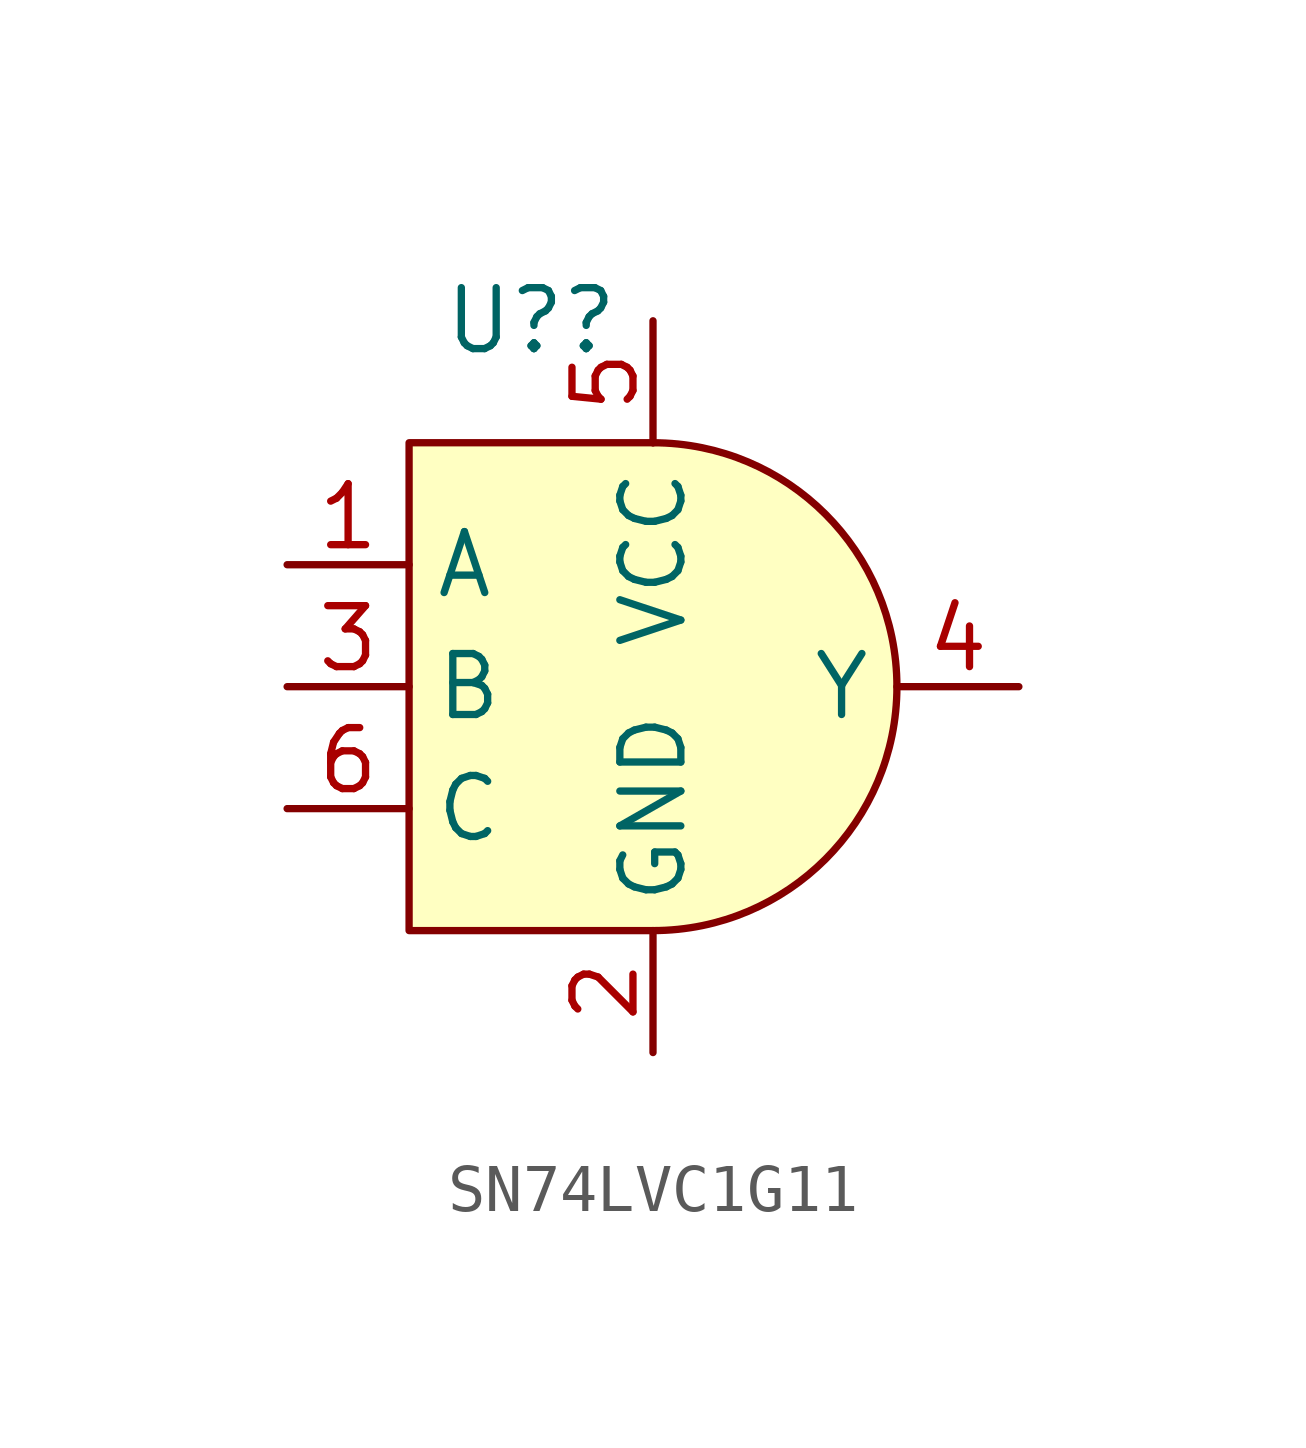
<source format=kicad_sym>
(kicad_symbol_lib
  (version 20241209)
  (generator "kicad_symbol_editor")
  (generator_version "9.0")
  (symbol "SN74LVC1G11"
    (property "Reference" "U?"
      (at -2.54 7.62 0)
      (effects (font (size 1.27 1.27))))
    (property "Value" ""
      (at 0 0 0)
      (effects (font (size 1.27 1.27))))
    (symbol "SN74LVC1G11_1_1"
      (arc (start 0 5.08) (mid 5.08 0) (end 0 -5.08) (stroke (width 0) (type solid)) (fill (type color) (color 255 255 194 1)))
      (polyline (pts (xy 0 -5.08) (xy -5.08 -5.08) (xy -5.08 5.08) (xy 0 5.08)) (stroke (width 0) (type solid)) (fill (type color) (color 255 255 194 1)))
      (pin input line (at -7.62 2.54 0) (length 2.54) (name "A" (effects (font (size 1.27 1.27)))) (number "1" (effects (font (size 1.27 1.27)))))
      (pin input line (at -7.62 0 0) (length 2.54) (name "B" (effects (font (size 1.27 1.27)))) (number "3" (effects (font (size 1.27 1.27)))))
      (pin input line (at -7.62 -2.54 0) (length 2.54) (name "C" (effects (font (size 1.27 1.27)))) (number "6" (effects (font (size 1.27 1.27)))))
      (pin power_in line (at 0 7.62 270) (length 2.54) (name "VCC" (effects (font (size 1.27 1.27)))) (number "5" (effects (font (size 1.27 1.27)))))
      (pin power_out line (at 0 -7.62 90) (length 2.54) (name "GND" (effects (font (size 1.27 1.27)))) (number "2" (effects (font (size 1.27 1.27)))))
      (pin output line (at 7.62 0 180) (length 2.54) (name "Y" (effects (font (size 1.27 1.27)))) (number "4" (effects (font (size 1.27 1.27))))))))
</source>
